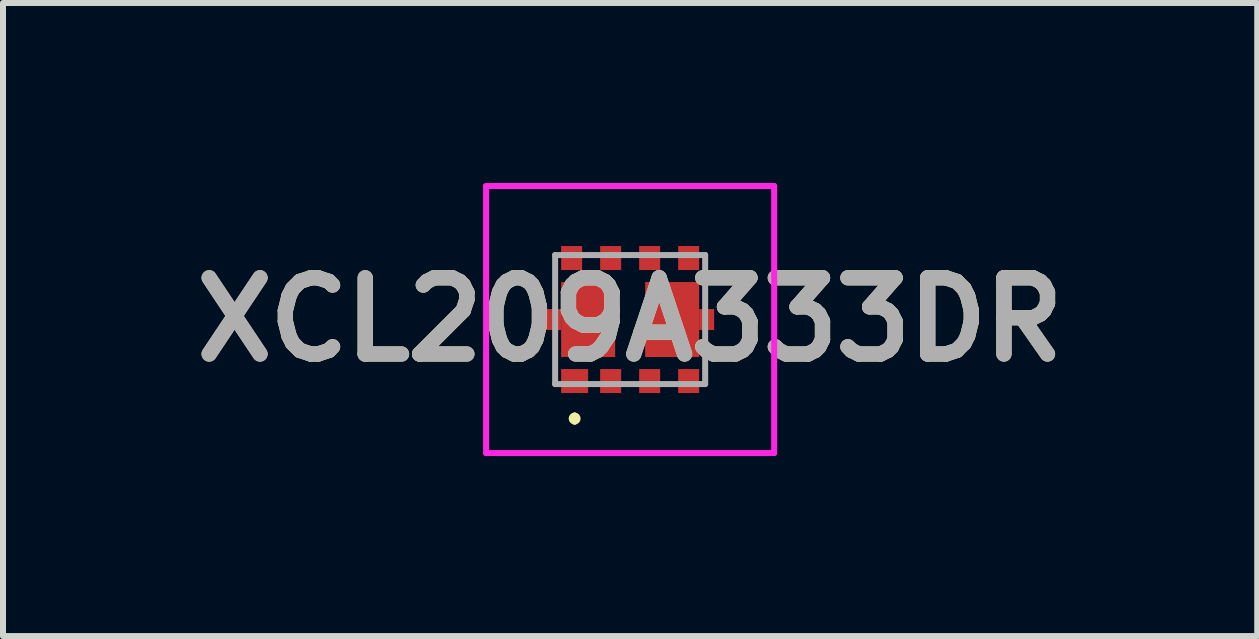
<source format=kicad_pcb>
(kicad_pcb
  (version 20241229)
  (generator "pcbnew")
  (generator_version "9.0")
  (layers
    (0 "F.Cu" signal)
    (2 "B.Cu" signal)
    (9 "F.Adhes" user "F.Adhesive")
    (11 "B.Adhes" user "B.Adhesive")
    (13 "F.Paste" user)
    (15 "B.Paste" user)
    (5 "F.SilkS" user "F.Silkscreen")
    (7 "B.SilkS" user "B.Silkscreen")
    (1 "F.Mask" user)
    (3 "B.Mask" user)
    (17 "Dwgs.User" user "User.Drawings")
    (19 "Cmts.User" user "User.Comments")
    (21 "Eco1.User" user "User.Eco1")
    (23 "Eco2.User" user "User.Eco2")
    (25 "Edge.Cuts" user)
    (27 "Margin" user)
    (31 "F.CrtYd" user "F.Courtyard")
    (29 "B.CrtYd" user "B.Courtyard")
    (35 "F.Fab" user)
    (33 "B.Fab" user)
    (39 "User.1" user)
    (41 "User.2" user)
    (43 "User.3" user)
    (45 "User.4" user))
  (footprint "XCL209A333DR"
    (layer "F.Cu")
    (at 7.451 2.275)
    (property "Reference" "XCL209A333DR" (at 0 0 0) (layer "F.SilkS") (effects (font (size 1.27 1.27) (thickness 0.254))))
    (attr smd)
    (fp_line (start -0.925 1.6) (end -0.925 1.6) (stroke (width 0.1) (type solid)) (layer "F.SilkS"))
    (fp_line (start -0.925 1.7) (end -0.925 1.7) (stroke (width 0.1) (type solid)) (layer "F.SilkS"))
    (fp_arc (start -0.925 1.6) (mid -0.875 1.65) (end -0.925 1.7) (stroke (width 0.1) (type solid)) (layer "F.SilkS"))
    (fp_arc (start -0.925 1.7) (mid -0.975 1.65) (end -0.925 1.6) (stroke (width 0.1) (type solid)) (layer "F.SilkS"))
    (fp_line (start -2.4 -2.225) (end 2.4 -2.225) (stroke (width 0.1) (type solid)) (layer "F.CrtYd"))
    (fp_line (start -2.4 2.225) (end -2.4 -2.225) (stroke (width 0.1) (type solid)) (layer "F.CrtYd"))
    (fp_line (start 2.4 -2.225) (end 2.4 2.225) (stroke (width 0.1) (type solid)) (layer "F.CrtYd"))
    (fp_line (start 2.4 2.225) (end -2.4 2.225) (stroke (width 0.1) (type solid)) (layer "F.CrtYd"))
    (fp_line (start -1.25 -1.075) (end 1.25 -1.075) (stroke (width 0.1) (type solid)) (layer "F.Fab"))
    (fp_line (start -1.25 1.075) (end -1.25 -1.075) (stroke (width 0.1) (type solid)) (layer "F.Fab"))
    (fp_line (start 1.25 -1.075) (end 1.25 1.075) (stroke (width 0.1) (type solid)) (layer "F.Fab"))
    (fp_line (start 1.25 1.075) (end -1.25 1.075) (stroke (width 0.1) (type solid)) (layer "F.Fab"))
    (fp_text user "${REFERENCE}" (at 0 0 0) (layer "F.Fab") (effects (font (size 1.27 1.27) (thickness 0.254))))
    (pad "1" smd rect (at -0.925 1.025 90) (size 0.4 0.45) (layers "F.Cu" "F.Mask" "F.Paste"))
    (pad "2" smd rect (at -0.325 1.025) (size 0.35 0.4) (layers "F.Cu" "F.Mask" "F.Paste"))
    (pad "3" smd rect (at 0.325 1.025) (size 0.35 0.4) (layers "F.Cu" "F.Mask" "F.Paste"))
    (pad "4" smd rect (at 0.975 1.025) (size 0.35 0.4) (layers "F.Cu" "F.Mask" "F.Paste"))
    (pad "5" smd rect (at 0.975 -1.025) (size 0.35 0.4) (layers "F.Cu" "F.Mask" "F.Paste"))
    (pad "6" smd rect (at 0.325 -1.025) (size 0.35 0.4) (layers "F.Cu" "F.Mask" "F.Paste"))
    (pad "7" smd rect (at -0.325 -1.025) (size 0.35 0.4) (layers "F.Cu" "F.Mask" "F.Paste"))
    (pad "8" smd rect (at -0.975 -1.025) (size 0.35 0.4) (layers "F.Cu" "F.Mask" "F.Paste"))
    (pad "9" smd rect (at -0.7 0) (size 0.9 1.25) (layers "F.Cu" "F.Mask" "F.Paste"))
    (pad "10" smd rect (at 0.7 0) (size 0.9 1.25) (layers "F.Cu" "F.Mask" "F.Paste"))
    (pad "11" smd rect (at -1.275 0) (size 0.25 0.35) (layers "F.Cu" "F.Mask" "F.Paste"))
    (pad "12" smd rect (at 1.275 0) (size 0.25 0.35) (layers "F.Cu" "F.Mask" "F.Paste")))
  (gr_rect
    (start -3 -3)
    (end 17.901 7.55)
    (stroke (width 0.1) (type default))
    (fill no)
    (layer "Edge.Cuts")))
</source>
